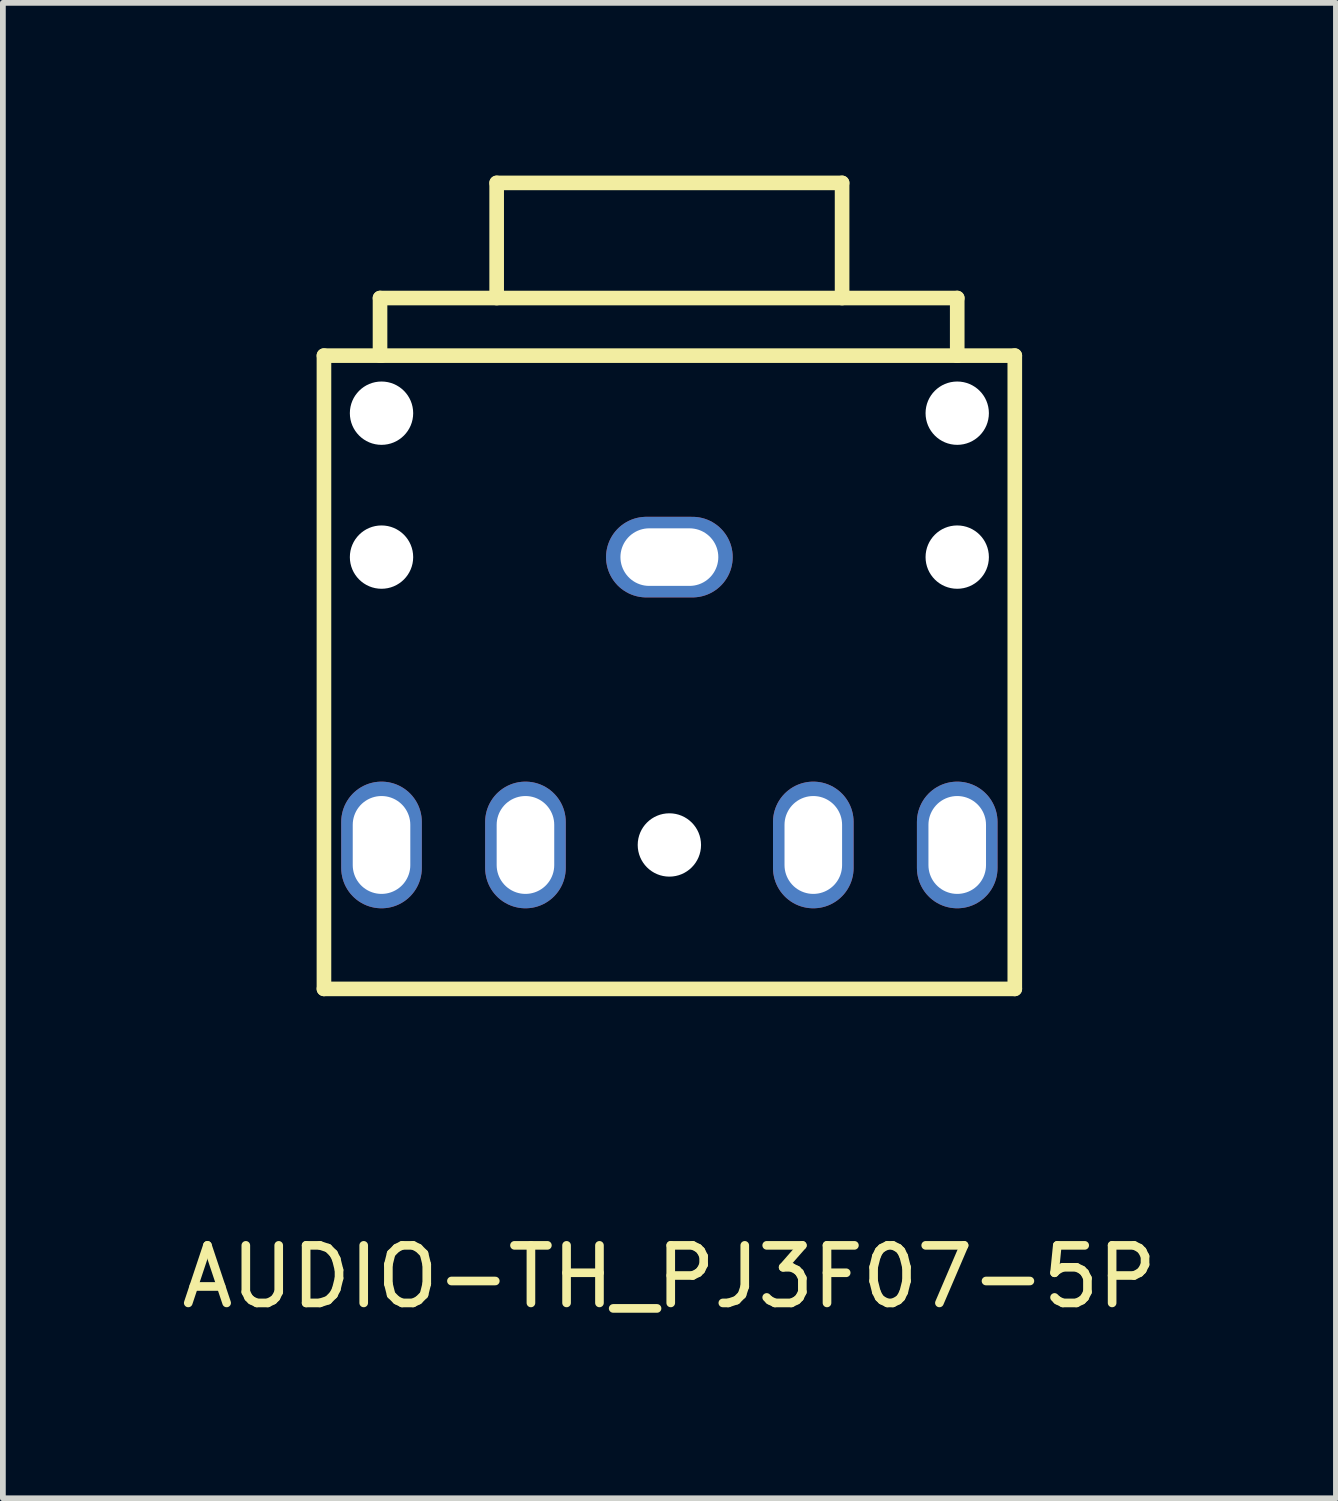
<source format=kicad_pcb>
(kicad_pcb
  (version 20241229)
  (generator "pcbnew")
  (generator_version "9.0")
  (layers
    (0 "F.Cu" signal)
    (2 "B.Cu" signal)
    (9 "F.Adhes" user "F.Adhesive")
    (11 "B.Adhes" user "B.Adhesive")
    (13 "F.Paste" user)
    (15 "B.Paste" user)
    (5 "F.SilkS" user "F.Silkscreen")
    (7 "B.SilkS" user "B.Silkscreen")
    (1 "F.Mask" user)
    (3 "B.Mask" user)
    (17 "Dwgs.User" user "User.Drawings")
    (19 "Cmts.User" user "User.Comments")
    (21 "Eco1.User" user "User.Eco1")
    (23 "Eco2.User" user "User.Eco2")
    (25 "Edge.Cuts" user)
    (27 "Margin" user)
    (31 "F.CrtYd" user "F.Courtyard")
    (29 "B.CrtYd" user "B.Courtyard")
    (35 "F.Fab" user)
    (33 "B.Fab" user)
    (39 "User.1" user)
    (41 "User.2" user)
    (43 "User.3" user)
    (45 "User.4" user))
  (footprint "AUDIO-TH_PJ3F07-5P"
    (layer "F.Cu")
    (at 8.577 9.127)
    (property "Reference" "AUDIO-TH_PJ3F07-5P" (at 0 10 0) (layer "F.SilkS") (effects (font (size 1 1) (thickness 0.15))))
    (attr through_hole)
    (fp_line (start -6 -6) (end -6 5) (stroke (width 0.254) (type solid)) (layer "F.SilkS"))
    (fp_line (start -6 5) (end 6 5) (stroke (width 0.254) (type solid)) (layer "F.SilkS"))
    (fp_line (start -5.026 -7) (end -5.026 -6) (stroke (width 0.254) (type solid)) (layer "F.SilkS"))
    (fp_line (start -5.026 -7) (end 5 -7) (stroke (width 0.254) (type solid)) (layer "F.SilkS"))
    (fp_line (start -5 -6) (end -6 -6) (stroke (width 0.254) (type solid)) (layer "F.SilkS"))
    (fp_line (start -5 -6) (end 5 -6) (stroke (width 0.254) (type solid)) (layer "F.SilkS"))
    (fp_line (start -3 -9) (end 3 -9) (stroke (width 0.254) (type solid)) (layer "F.SilkS"))
    (fp_line (start -3 -7) (end -3 -9) (stroke (width 0.254) (type solid)) (layer "F.SilkS"))
    (fp_line (start 3 -7) (end 3 -9) (stroke (width 0.254) (type solid)) (layer "F.SilkS"))
    (fp_line (start 5 -6) (end 5 -7) (stroke (width 0.254) (type solid)) (layer "F.SilkS"))
    (fp_line (start 5 -6) (end 6 -6) (stroke (width 0.254) (type solid)) (layer "F.SilkS"))
    (fp_line (start 6 -6) (end 6 5) (stroke (width 0.254) (type solid)) (layer "F.SilkS"))
    (pad "" np_thru_hole circle (at -5 -5) (size 1.1 1.1) (drill 1.1) (layers "*.Cu" "*.Mask"))
    (pad "" np_thru_hole circle (at -5 -2.5) (size 1.1 1.1) (drill 1.1) (layers "*.Cu" "*.Mask"))
    (pad "" np_thru_hole circle (at 0 2.5) (size 1.1 1.1) (drill 1.1) (layers "*.Cu" "*.Mask"))
    (pad "" np_thru_hole circle (at 5 -5) (size 1.1 1.1) (drill 1.1) (layers "*.Cu" "*.Mask"))
    (pad "" np_thru_hole circle (at 5 -2.5) (size 1.1 1.1) (drill 1.1) (layers "*.Cu" "*.Mask"))
    (pad "1" thru_hole oval (at 0 -2.5) (size 2.2 1.4) (drill oval 1.7 1) (layers "*.Cu" "*.Mask"))
    (pad "2" thru_hole oval (at 5 2.5 90) (size 2.2 1.4) (drill oval 1.7 1) (layers "*.Cu" "*.Mask"))
    (pad "3" thru_hole oval (at 2.5 2.5 90) (size 2.2 1.4) (drill oval 1.7 1) (layers "*.Cu" "*.Mask"))
    (pad "4" thru_hole oval (at -2.5 2.5 90) (size 2.2 1.4) (drill oval 1.7 1) (layers "*.Cu" "*.Mask"))
    (pad "5" thru_hole oval (at -5 2.5 90) (size 2.2 1.4) (drill oval 1.7 1) (layers "*.Cu" "*.Mask")))
  (gr_rect
    (start -3 -3)
    (end 20.155 22.975)
    (stroke (width 0.1) (type default))
    (fill no)
    (layer "Edge.Cuts")))
</source>
